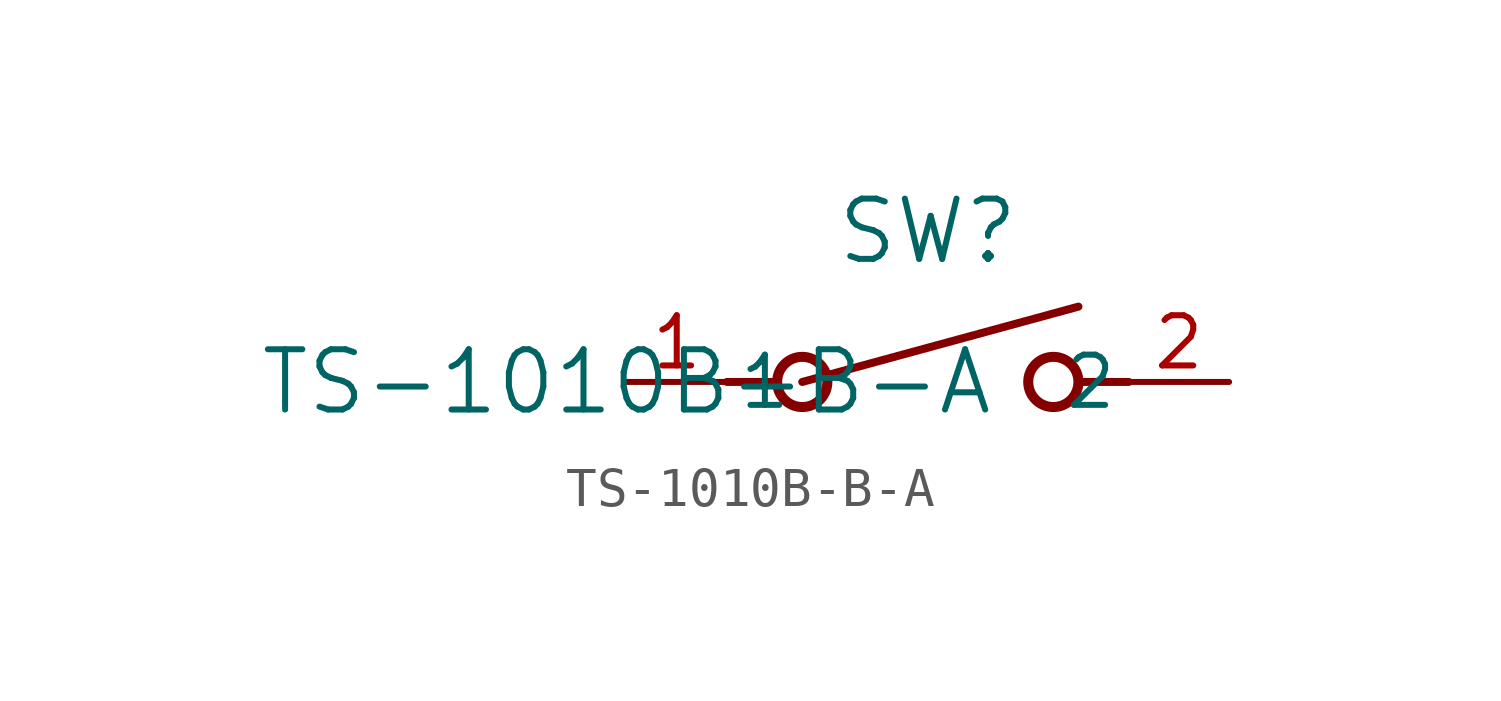
<source format=kicad_sym>
(kicad_symbol_lib
  (version 20211014)
  (generator kicad_symbol_editor)
  (symbol "TS-1010B-B-A"
    (pin_names
      (offset 0.254))
    (property "Reference" "SW"
      (at 7.62 3.81 0)
      (effects (font (size 1.524 1.524))))
    (property "Value" "TS-1010B-B-A"
      (at 0 0 0)
      (effects (font (size 1.524 1.524))))
    (symbol "TS-1010B-B-A_0_1"
      (polyline (pts (xy 2.54 0) (xy 3.81 0)) (stroke (width 0.203) (type default) (color 0 0 0 0)) (fill (type none)))
      (circle (center 10.795 0) (radius 0.635) (stroke (width 0.254) (type default) (color 0 0 0 0)) (fill (type none)))
      (circle (center 4.445 0) (radius 0.635) (stroke (width 0.254) (type default) (color 0 0 0 0)) (fill (type none)))
      (polyline (pts (xy 12.7 0) (xy 11.43 0)) (stroke (width 0.203) (type default) (color 0 0 0 0)) (fill (type none)))
      (polyline (pts (xy 4.445 0) (xy 11.43 1.905)) (stroke (width 0.203) (type default) (color 0 0 0 0)) (fill (type none)))
      (pin unspecified line (at 0 0 0) (length 2.54) (name "1" (effects (font (size 1.27 1.27)))) (number "1" (effects (font (size 1.27 1.27)))))
      (pin unspecified line (at 15.24 0 180) (length 2.54) (name "2" (effects (font (size 1.27 1.27)))) (number "2" (effects (font (size 1.27 1.27))))))))
</source>
